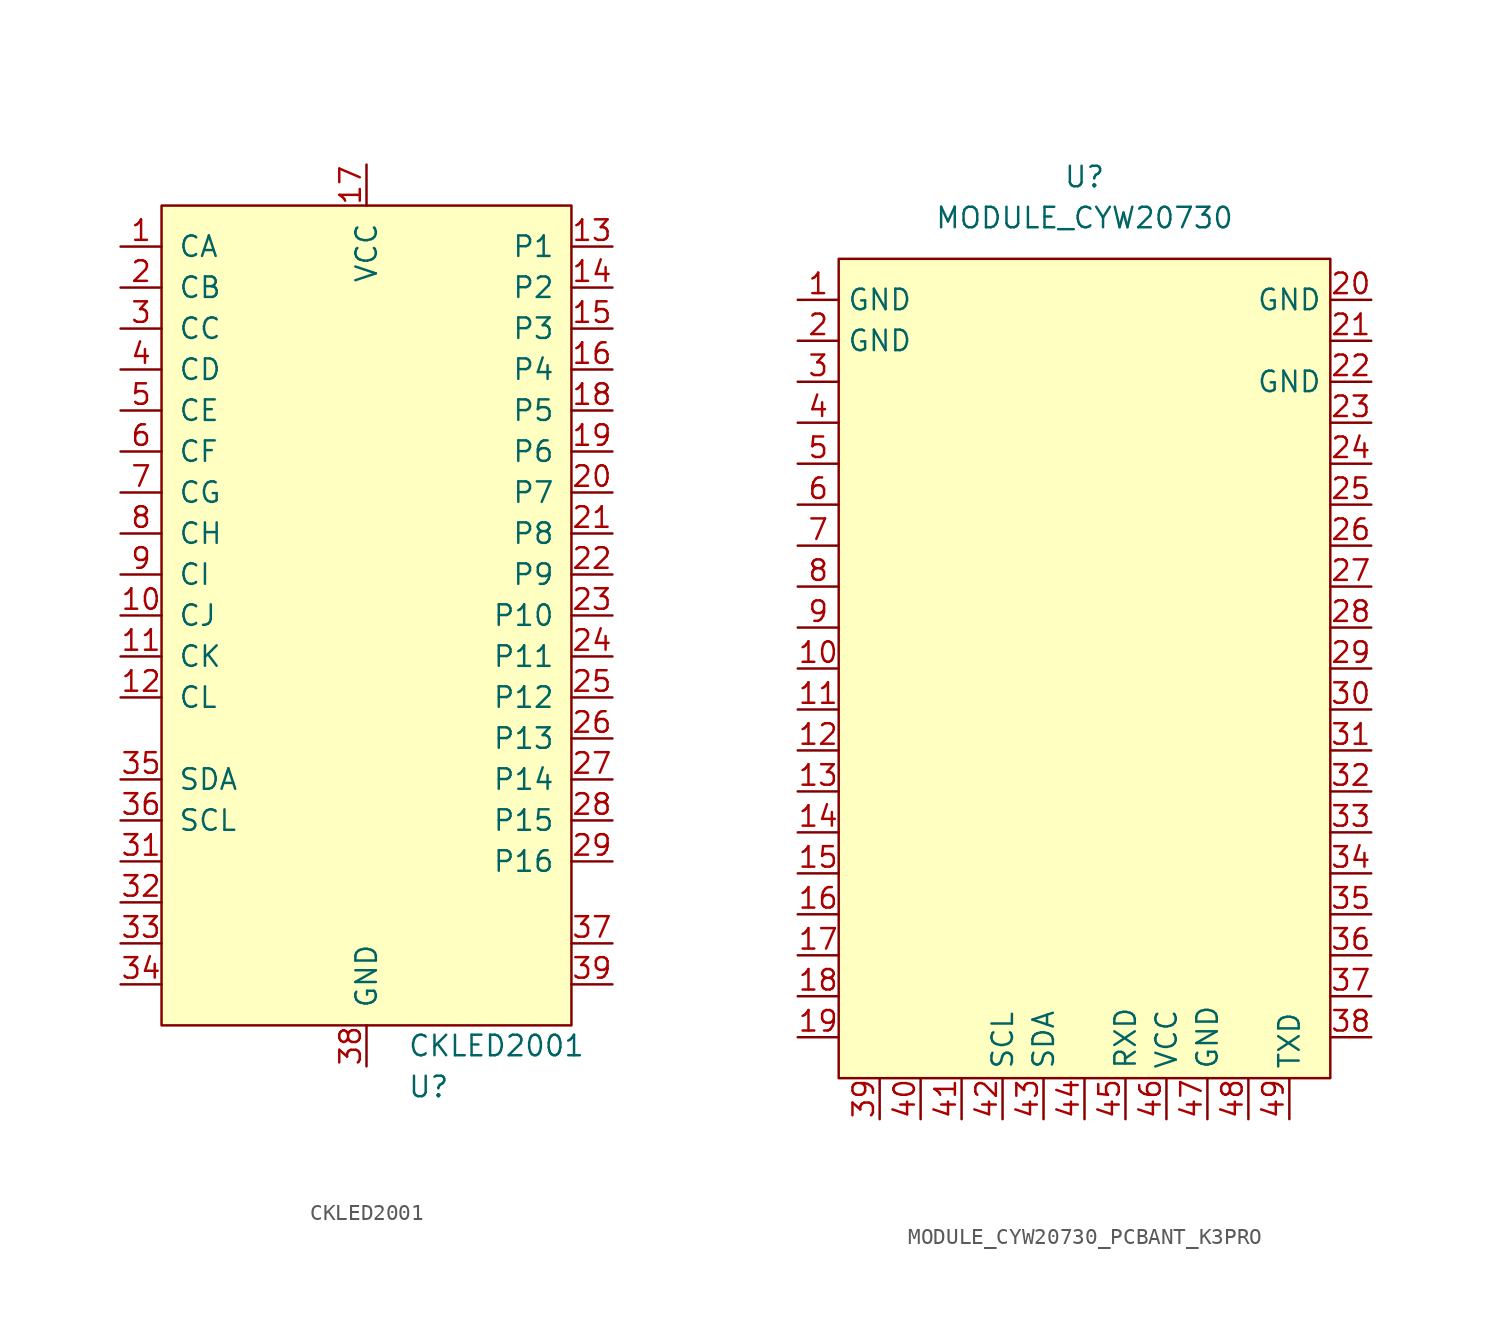
<source format=kicad_sym>
(kicad_symbol_lib
  (version 20220914)
  (generator kicad_symbol_editor)
  (symbol "CKLED2001"
    (pin_names
      (offset 1.016))
    (property "Reference" "U"
      (at 2.54 -29.21 0)
      (effects (font (size 1.27 1.27)) (justify left)))
    (property "Value" "CKLED2001"
      (at 2.54 -26.67 0)
      (effects (font (size 1.27 1.27)) (justify left)))
    (symbol "CKLED2001_0_1"
      (rectangle (start -12.7 25.4) (end 12.7 -25.4) (stroke (width 0) (type solid)) (fill (type background))))
    (symbol "CKLED2001_1_1"
      (pin output line (at -15.24 22.86 0) (length 2.54) (name "CA" (effects (font (size 1.27 1.27)))) (number "1" (effects (font (size 1.27 1.27)))))
      (pin output line (at -15.24 0 0) (length 2.54) (name "CJ" (effects (font (size 1.27 1.27)))) (number "10" (effects (font (size 1.27 1.27)))))
      (pin output line (at -15.24 -2.54 0) (length 2.54) (name "CK" (effects (font (size 1.27 1.27)))) (number "11" (effects (font (size 1.27 1.27)))))
      (pin output line (at -15.24 -5.08 0) (length 2.54) (name "CL" (effects (font (size 1.27 1.27)))) (number "12" (effects (font (size 1.27 1.27)))))
      (pin output line (at 15.24 22.86 180) (length 2.54) (name "P1" (effects (font (size 1.27 1.27)))) (number "13" (effects (font (size 1.27 1.27)))))
      (pin output line (at 15.24 20.32 180) (length 2.54) (name "P2" (effects (font (size 1.27 1.27)))) (number "14" (effects (font (size 1.27 1.27)))))
      (pin output line (at 15.24 17.78 180) (length 2.54) (name "P3" (effects (font (size 1.27 1.27)))) (number "15" (effects (font (size 1.27 1.27)))))
      (pin output line (at 15.24 15.24 180) (length 2.54) (name "P4" (effects (font (size 1.27 1.27)))) (number "16" (effects (font (size 1.27 1.27)))))
      (pin power_in line (at 0 27.94 270) (length 2.54) (name "VCC" (effects (font (size 1.27 1.27)))) (number "17" (effects (font (size 1.27 1.27)))))
      (pin output line (at 15.24 12.7 180) (length 2.54) (name "P5" (effects (font (size 1.27 1.27)))) (number "18" (effects (font (size 1.27 1.27)))))
      (pin output line (at 15.24 10.16 180) (length 2.54) (name "P6" (effects (font (size 1.27 1.27)))) (number "19" (effects (font (size 1.27 1.27)))))
      (pin output line (at -15.24 20.32 0) (length 2.54) (name "CB" (effects (font (size 1.27 1.27)))) (number "2" (effects (font (size 1.27 1.27)))))
      (pin output line (at 15.24 7.62 180) (length 2.54) (name "P7" (effects (font (size 1.27 1.27)))) (number "20" (effects (font (size 1.27 1.27)))))
      (pin output line (at 15.24 5.08 180) (length 2.54) (name "P8" (effects (font (size 1.27 1.27)))) (number "21" (effects (font (size 1.27 1.27)))))
      (pin output line (at 15.24 2.54 180) (length 2.54) (name "P9" (effects (font (size 1.27 1.27)))) (number "22" (effects (font (size 1.27 1.27)))))
      (pin output line (at 15.24 0 180) (length 2.54) (name "P10" (effects (font (size 1.27 1.27)))) (number "23" (effects (font (size 1.27 1.27)))))
      (pin output line (at 15.24 -2.54 180) (length 2.54) (name "P11" (effects (font (size 1.27 1.27)))) (number "24" (effects (font (size 1.27 1.27)))))
      (pin output line (at 15.24 -5.08 180) (length 2.54) (name "P12" (effects (font (size 1.27 1.27)))) (number "25" (effects (font (size 1.27 1.27)))))
      (pin output line (at 15.24 -7.62 180) (length 2.54) (name "P13" (effects (font (size 1.27 1.27)))) (number "26" (effects (font (size 1.27 1.27)))))
      (pin output line (at 15.24 -10.16 180) (length 2.54) (name "P14" (effects (font (size 1.27 1.27)))) (number "27" (effects (font (size 1.27 1.27)))))
      (pin output line (at 15.24 -12.7 180) (length 2.54) (name "P15" (effects (font (size 1.27 1.27)))) (number "28" (effects (font (size 1.27 1.27)))))
      (pin output line (at 15.24 -15.24 180) (length 2.54) (name "P16" (effects (font (size 1.27 1.27)))) (number "29" (effects (font (size 1.27 1.27)))))
      (pin output line (at -15.24 17.78 0) (length 2.54) (name "CC" (effects (font (size 1.27 1.27)))) (number "3" (effects (font (size 1.27 1.27)))))
      (pin power_in line (at 0 -27.94 90) (length 2.54) hide (name "GND" (effects (font (size 1.27 1.27)))) (number "30" (effects (font (size 1.27 1.27)))))
      (pin input line (at -15.24 -15.24 0) (length 2.54) (name "" (effects (font (size 1.27 1.27)))) (number "31" (effects (font (size 1.27 1.27)))))
      (pin input line (at -15.24 -17.78 0) (length 2.54) (name "" (effects (font (size 1.27 1.27)))) (number "32" (effects (font (size 1.27 1.27)))))
      (pin input line (at -15.24 -20.32 0) (length 2.54) (name "" (effects (font (size 1.27 1.27)))) (number "33" (effects (font (size 1.27 1.27)))))
      (pin input line (at -15.24 -22.86 0) (length 2.54) (name "" (effects (font (size 1.27 1.27)))) (number "34" (effects (font (size 1.27 1.27)))))
      (pin input line (at -15.24 -10.16 0) (length 2.54) (name "SDA" (effects (font (size 1.27 1.27)))) (number "35" (effects (font (size 1.27 1.27)))))
      (pin input line (at -15.24 -12.7 0) (length 2.54) (name "SCL" (effects (font (size 1.27 1.27)))) (number "36" (effects (font (size 1.27 1.27)))))
      (pin input line (at 15.24 -20.32 180) (length 2.54) (name "" (effects (font (size 1.27 1.27)))) (number "37" (effects (font (size 1.27 1.27)))))
      (pin power_in line (at 0 -27.94 90) (length 2.54) (name "GND" (effects (font (size 1.27 1.27)))) (number "38" (effects (font (size 1.27 1.27)))))
      (pin input line (at 15.24 -22.86 180) (length 2.54) (name "" (effects (font (size 1.27 1.27)))) (number "39" (effects (font (size 1.27 1.27)))))
      (pin output line (at -15.24 15.24 0) (length 2.54) (name "CD" (effects (font (size 1.27 1.27)))) (number "4" (effects (font (size 1.27 1.27)))))
      (pin power_in line (at 0 27.94 270) (length 2.54) hide (name "VCC" (effects (font (size 1.27 1.27)))) (number "40" (effects (font (size 1.27 1.27)))))
      (pin output line (at -15.24 12.7 0) (length 2.54) (name "CE" (effects (font (size 1.27 1.27)))) (number "5" (effects (font (size 1.27 1.27)))))
      (pin output line (at -15.24 10.16 0) (length 2.54) (name "CF" (effects (font (size 1.27 1.27)))) (number "6" (effects (font (size 1.27 1.27)))))
      (pin output line (at -15.24 7.62 0) (length 2.54) (name "CG" (effects (font (size 1.27 1.27)))) (number "7" (effects (font (size 1.27 1.27)))))
      (pin output line (at -15.24 5.08 0) (length 2.54) (name "CH" (effects (font (size 1.27 1.27)))) (number "8" (effects (font (size 1.27 1.27)))))
      (pin output line (at -15.24 2.54 0) (length 2.54) (name "CI" (effects (font (size 1.27 1.27)))) (number "9" (effects (font (size 1.27 1.27)))))))
  (symbol "MODULE_CYW20730_PCBANT_K3PRO"
    (property "Reference" "U"
      (at 0 30.48 0)
      (effects (font (size 1.27 1.27))))
    (property "Value" "MODULE_CYW20730"
      (at 0 27.94 0)
      (effects (font (size 1.27 1.27))))
    (symbol "MODULE_CYW20730_PCBANT_K3PRO_1_1"
      (rectangle (start -15.24 25.4) (end 15.24 -25.4) (stroke (width 0) (type default)) (fill (type background)))
      (pin power_in line (at -17.78 22.86 0) (length 2.54) (name "GND" (effects (font (size 1.27 1.27)))) (number "1" (effects (font (size 1.27 1.27)))))
      (pin passive line (at -17.78 0 0) (length 2.54) (name "" (effects (font (size 1.27 1.27)))) (number "10" (effects (font (size 1.27 1.27)))))
      (pin passive line (at -17.78 -2.54 0) (length 2.54) (name "" (effects (font (size 1.27 1.27)))) (number "11" (effects (font (size 1.27 1.27)))))
      (pin passive line (at -17.78 -5.08 0) (length 2.54) (name "" (effects (font (size 1.27 1.27)))) (number "12" (effects (font (size 1.27 1.27)))))
      (pin passive line (at -17.78 -7.62 0) (length 2.54) (name "" (effects (font (size 1.27 1.27)))) (number "13" (effects (font (size 1.27 1.27)))))
      (pin passive line (at -17.78 -10.16 0) (length 2.54) (name "" (effects (font (size 1.27 1.27)))) (number "14" (effects (font (size 1.27 1.27)))))
      (pin passive line (at -17.78 -12.7 0) (length 2.54) (name "" (effects (font (size 1.27 1.27)))) (number "15" (effects (font (size 1.27 1.27)))))
      (pin passive line (at -17.78 -15.24 0) (length 2.54) (name "" (effects (font (size 1.27 1.27)))) (number "16" (effects (font (size 1.27 1.27)))))
      (pin passive line (at -17.78 -17.78 0) (length 2.54) (name "" (effects (font (size 1.27 1.27)))) (number "17" (effects (font (size 1.27 1.27)))))
      (pin passive line (at -17.78 -20.32 0) (length 2.54) (name "" (effects (font (size 1.27 1.27)))) (number "18" (effects (font (size 1.27 1.27)))))
      (pin passive line (at -17.78 -22.86 0) (length 2.54) (name "" (effects (font (size 1.27 1.27)))) (number "19" (effects (font (size 1.27 1.27)))))
      (pin power_in line (at -17.78 20.32 0) (length 2.54) (name "GND" (effects (font (size 1.27 1.27)))) (number "2" (effects (font (size 1.27 1.27)))))
      (pin power_in line (at 17.78 22.86 180) (length 2.54) (name "GND" (effects (font (size 1.27 1.27)))) (number "20" (effects (font (size 1.27 1.27)))))
      (pin passive line (at 17.78 20.32 180) (length 2.54) (name "" (effects (font (size 1.27 1.27)))) (number "21" (effects (font (size 1.27 1.27)))))
      (pin power_in line (at 17.78 17.78 180) (length 2.54) (name "GND" (effects (font (size 1.27 1.27)))) (number "22" (effects (font (size 1.27 1.27)))))
      (pin passive line (at 17.78 15.24 180) (length 2.54) (name "" (effects (font (size 1.27 1.27)))) (number "23" (effects (font (size 1.27 1.27)))))
      (pin passive line (at 17.78 12.7 180) (length 2.54) (name "" (effects (font (size 1.27 1.27)))) (number "24" (effects (font (size 1.27 1.27)))))
      (pin passive line (at 17.78 10.16 180) (length 2.54) (name "" (effects (font (size 1.27 1.27)))) (number "25" (effects (font (size 1.27 1.27)))))
      (pin passive line (at 17.78 7.62 180) (length 2.54) (name "" (effects (font (size 1.27 1.27)))) (number "26" (effects (font (size 1.27 1.27)))))
      (pin passive line (at 17.78 5.08 180) (length 2.54) (name "" (effects (font (size 1.27 1.27)))) (number "27" (effects (font (size 1.27 1.27)))))
      (pin passive line (at 17.78 2.54 180) (length 2.54) (name "" (effects (font (size 1.27 1.27)))) (number "28" (effects (font (size 1.27 1.27)))))
      (pin passive line (at 17.78 0 180) (length 2.54) (name "" (effects (font (size 1.27 1.27)))) (number "29" (effects (font (size 1.27 1.27)))))
      (pin passive line (at -17.78 17.78 0) (length 2.54) (name "" (effects (font (size 1.27 1.27)))) (number "3" (effects (font (size 1.27 1.27)))))
      (pin passive line (at 17.78 -2.54 180) (length 2.54) (name "" (effects (font (size 1.27 1.27)))) (number "30" (effects (font (size 1.27 1.27)))))
      (pin passive line (at 17.78 -5.08 180) (length 2.54) (name "" (effects (font (size 1.27 1.27)))) (number "31" (effects (font (size 1.27 1.27)))))
      (pin passive line (at 17.78 -7.62 180) (length 2.54) (name "" (effects (font (size 1.27 1.27)))) (number "32" (effects (font (size 1.27 1.27)))))
      (pin passive line (at 17.78 -10.16 180) (length 2.54) (name "" (effects (font (size 1.27 1.27)))) (number "33" (effects (font (size 1.27 1.27)))))
      (pin passive line (at 17.78 -12.7 180) (length 2.54) (name "" (effects (font (size 1.27 1.27)))) (number "34" (effects (font (size 1.27 1.27)))))
      (pin passive line (at 17.78 -15.24 180) (length 2.54) (name "" (effects (font (size 1.27 1.27)))) (number "35" (effects (font (size 1.27 1.27)))))
      (pin passive line (at 17.78 -17.78 180) (length 2.54) (name "" (effects (font (size 1.27 1.27)))) (number "36" (effects (font (size 1.27 1.27)))))
      (pin passive line (at 17.78 -20.32 180) (length 2.54) (name "" (effects (font (size 1.27 1.27)))) (number "37" (effects (font (size 1.27 1.27)))))
      (pin passive line (at 17.78 -22.86 180) (length 2.54) (name "" (effects (font (size 1.27 1.27)))) (number "38" (effects (font (size 1.27 1.27)))))
      (pin passive line (at -12.7 -27.94 90) (length 2.54) (name "" (effects (font (size 1.27 1.27)))) (number "39" (effects (font (size 1.27 1.27)))))
      (pin passive line (at -17.78 15.24 0) (length 2.54) (name "" (effects (font (size 1.27 1.27)))) (number "4" (effects (font (size 1.27 1.27)))))
      (pin passive line (at -10.16 -27.94 90) (length 2.54) (name "" (effects (font (size 1.27 1.27)))) (number "40" (effects (font (size 1.27 1.27)))))
      (pin passive line (at -7.62 -27.94 90) (length 2.54) (name "" (effects (font (size 1.27 1.27)))) (number "41" (effects (font (size 1.27 1.27)))))
      (pin output line (at -5.08 -27.94 90) (length 2.54) (name "SCL" (effects (font (size 1.27 1.27)))) (number "42" (effects (font (size 1.27 1.27)))))
      (pin output line (at -2.54 -27.94 90) (length 2.54) (name "SDA" (effects (font (size 1.27 1.27)))) (number "43" (effects (font (size 1.27 1.27)))))
      (pin passive line (at 0 -27.94 90) (length 2.54) (name "" (effects (font (size 1.27 1.27)))) (number "44" (effects (font (size 1.27 1.27)))))
      (pin input line (at 2.54 -27.94 90) (length 2.54) (name "RXD" (effects (font (size 1.27 1.27)))) (number "45" (effects (font (size 1.27 1.27)))))
      (pin power_in line (at 5.08 -27.94 90) (length 2.54) (name "VCC" (effects (font (size 1.27 1.27)))) (number "46" (effects (font (size 1.27 1.27)))))
      (pin power_in line (at 7.62 -27.94 90) (length 2.54) (name "GND" (effects (font (size 1.27 1.27)))) (number "47" (effects (font (size 1.27 1.27)))))
      (pin passive line (at 10.16 -27.94 90) (length 2.54) (name "" (effects (font (size 1.27 1.27)))) (number "48" (effects (font (size 1.27 1.27)))))
      (pin passive line (at 12.7 -27.94 90) (length 2.54) (name "TXD" (effects (font (size 1.27 1.27)))) (number "49" (effects (font (size 1.27 1.27)))))
      (pin passive line (at -17.78 12.7 0) (length 2.54) (name "" (effects (font (size 1.27 1.27)))) (number "5" (effects (font (size 1.27 1.27)))))
      (pin passive line (at -17.78 10.16 0) (length 2.54) (name "" (effects (font (size 1.27 1.27)))) (number "6" (effects (font (size 1.27 1.27)))))
      (pin passive line (at -17.78 7.62 0) (length 2.54) (name "" (effects (font (size 1.27 1.27)))) (number "7" (effects (font (size 1.27 1.27)))))
      (pin passive line (at -17.78 5.08 0) (length 2.54) (name "" (effects (font (size 1.27 1.27)))) (number "8" (effects (font (size 1.27 1.27)))))
      (pin passive line (at -17.78 2.54 0) (length 2.54) (name "" (effects (font (size 1.27 1.27)))) (number "9" (effects (font (size 1.27 1.27))))))))
</source>
